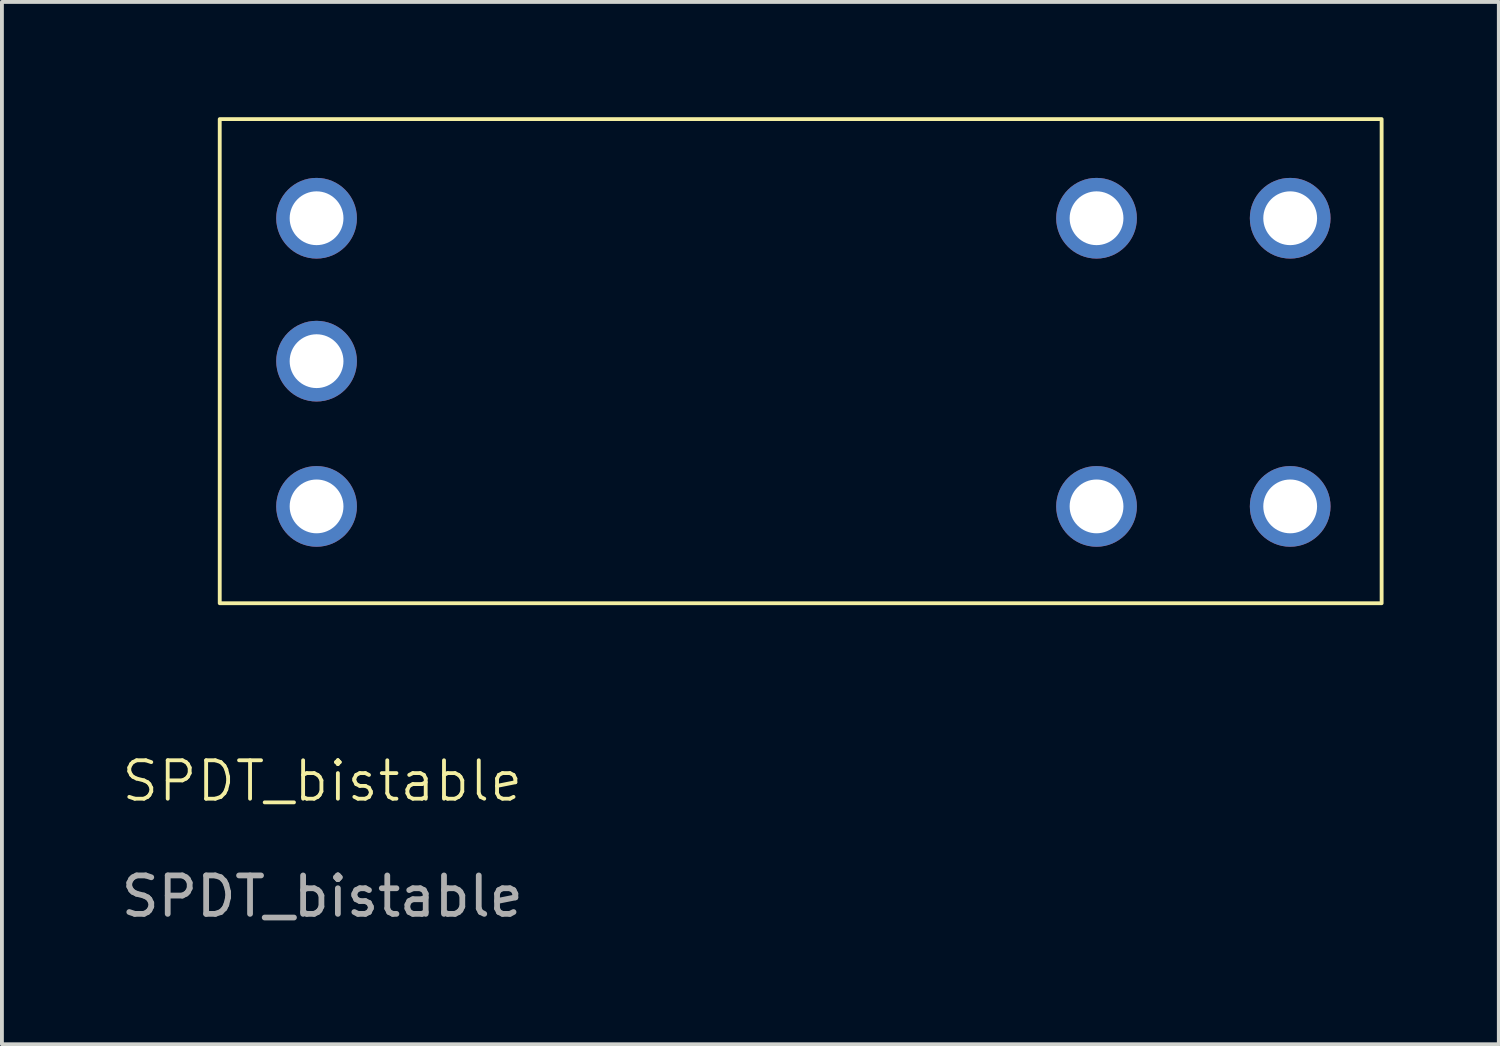
<source format=kicad_pcb>
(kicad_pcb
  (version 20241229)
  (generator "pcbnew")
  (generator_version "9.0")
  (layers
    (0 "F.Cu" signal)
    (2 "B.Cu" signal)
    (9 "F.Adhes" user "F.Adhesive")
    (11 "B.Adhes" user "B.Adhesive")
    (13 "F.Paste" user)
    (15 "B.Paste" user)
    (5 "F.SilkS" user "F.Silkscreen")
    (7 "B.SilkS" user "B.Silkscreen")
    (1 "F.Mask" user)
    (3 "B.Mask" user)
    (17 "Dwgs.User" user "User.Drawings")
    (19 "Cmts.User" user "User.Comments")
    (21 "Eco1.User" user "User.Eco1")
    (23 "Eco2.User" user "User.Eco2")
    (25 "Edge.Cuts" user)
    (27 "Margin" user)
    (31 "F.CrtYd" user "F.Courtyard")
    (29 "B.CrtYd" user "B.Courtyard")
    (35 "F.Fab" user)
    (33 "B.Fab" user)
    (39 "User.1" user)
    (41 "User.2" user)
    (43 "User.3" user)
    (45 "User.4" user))
  (footprint "SPDT_bistable"
    (layer "F.Cu")
    (at 5.189 10.13)
    (property "Reference" "SPDT_bistable" (at 0.15 7.15 0) (unlocked yes) (layer "F.SilkS") (effects (font (size 1 1) (thickness 0.1))))
    (attr smd)
    (fp_rect (start -2.52 -10.08) (end 27.72 2.52) (stroke (width 0.1) (type solid)) (fill no) (layer "F.SilkS"))
    (fp_text user "${REFERENCE}" (at 0.15 10.15 0) (unlocked yes) (layer "F.Fab") (effects (font (size 1 1) (thickness 0.15))))
    (pad "1" thru_hole circle (at 0 -7.5) (size 2.1 2.1) (drill 1.4) (layers "*.Cu" "*.Mask"))
    (pad "2" thru_hole circle (at 0 0) (size 2.1 2.1) (drill 1.4) (layers "*.Cu" "*.Mask"))
    (pad "3" thru_hole circle (at 0 -3.78) (size 2.1 2.1) (drill 1.4) (layers "*.Cu" "*.Mask"))
    (pad "4" thru_hole circle (at 20.3 -7.5) (size 2.1 2.1) (drill 1.4) (layers "*.Cu" "*.Mask"))
    (pad "5" thru_hole circle (at 20.3 0) (size 2.1 2.1) (drill 1.4) (layers "*.Cu" "*.Mask"))
    (pad "6" thru_hole circle (at 25.34 -7.5) (size 2.1 2.1) (drill 1.4) (layers "*.Cu" "*.Mask"))
    (pad "7" thru_hole circle (at 25.34 0) (size 2.1 2.1) (drill 1.4) (layers "*.Cu" "*.Mask")))
  (gr_rect
    (start -3 -3)
    (end 35.959 24.128)
    (stroke (width 0.1) (type default))
    (fill no)
    (layer "Edge.Cuts")))
</source>
